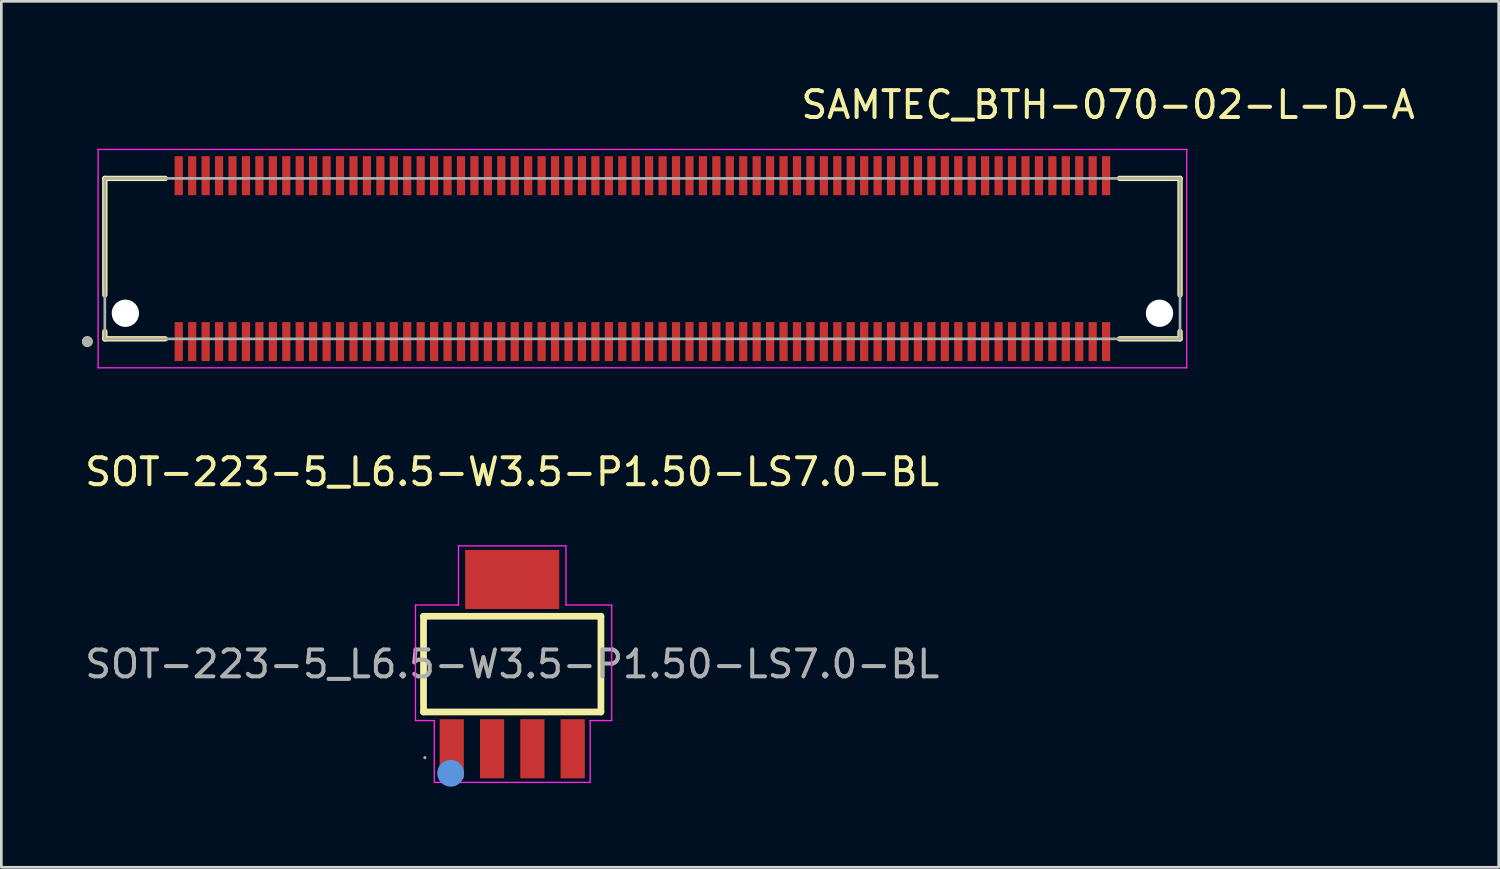
<source format=kicad_pcb>
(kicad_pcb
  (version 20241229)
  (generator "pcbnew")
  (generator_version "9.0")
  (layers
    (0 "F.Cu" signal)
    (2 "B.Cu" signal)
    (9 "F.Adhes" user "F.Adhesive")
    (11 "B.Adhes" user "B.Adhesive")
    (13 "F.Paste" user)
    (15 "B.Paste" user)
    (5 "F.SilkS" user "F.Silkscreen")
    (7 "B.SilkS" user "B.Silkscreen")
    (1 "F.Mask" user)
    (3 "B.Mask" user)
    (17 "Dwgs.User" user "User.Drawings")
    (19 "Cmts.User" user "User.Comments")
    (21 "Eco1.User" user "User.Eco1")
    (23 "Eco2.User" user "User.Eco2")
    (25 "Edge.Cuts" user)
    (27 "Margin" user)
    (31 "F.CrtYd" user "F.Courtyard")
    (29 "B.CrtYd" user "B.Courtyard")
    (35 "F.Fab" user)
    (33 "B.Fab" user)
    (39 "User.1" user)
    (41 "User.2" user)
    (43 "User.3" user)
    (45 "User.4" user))
  (footprint "SAMTEC_BTH-070-02-L-D-A"
    (layer "F.Cu")
    (at 3.6 3.658)
    (property "Reference" "SAMTEC_BTH-070-02-L-D-A" (at 34.575 -2.81 180) (layer "F.SilkS") (effects (font (size 1 1) (thickness 0.15))))
    (attr smd)
    (fp_line (start -2.75 4.264) (end -2.75 -0.071) (stroke (width 0.2) (type solid)) (layer "F.SilkS"))
    (fp_line (start -2.75 5.898) (end -2.75 5.628) (stroke (width 0.2) (type solid)) (layer "F.SilkS"))
    (fp_line (start -2.75 5.898) (end -0.502 5.898) (stroke (width 0.2) (type solid)) (layer "F.SilkS"))
    (fp_line (start -0.502 -0.071) (end -2.75 -0.071) (stroke (width 0.2) (type solid)) (layer "F.SilkS"))
    (fp_line (start 35.002 -0.071) (end 37.25 -0.071) (stroke (width 0.2) (type solid)) (layer "F.SilkS"))
    (fp_line (start 35.002 5.898) (end 37.25 5.898) (stroke (width 0.2) (type solid)) (layer "F.SilkS"))
    (fp_line (start 37.25 -0.071) (end 37.25 4.264) (stroke (width 0.2) (type solid)) (layer "F.SilkS"))
    (fp_line (start 37.25 5.628) (end 37.25 5.898) (stroke (width 0.2) (type solid)) (layer "F.SilkS"))
    (fp_circle (center -3.4 6) (end -3.3 6) (stroke (width 0.2) (type solid)) (fill no) (layer "F.SilkS"))
    (fp_line (start -3 -1.147) (end -3 6.975) (stroke (width 0.05) (type solid)) (layer "F.CrtYd"))
    (fp_line (start -3 6.975) (end 37.5 6.975) (stroke (width 0.05) (type solid)) (layer "F.CrtYd"))
    (fp_line (start 37.5 -1.147) (end -3 -1.147) (stroke (width 0.05) (type solid)) (layer "F.CrtYd"))
    (fp_line (start 37.5 6.975) (end 37.5 -1.147) (stroke (width 0.05) (type solid)) (layer "F.CrtYd"))
    (fp_line (start -2.75 -0.071) (end -2.75 5.898) (stroke (width 0.1) (type solid)) (layer "F.Fab"))
    (fp_line (start -2.75 5.898) (end 37.25 5.898) (stroke (width 0.1) (type solid)) (layer "F.Fab"))
    (fp_line (start 37.25 -0.071) (end -2.75 -0.071) (stroke (width 0.1) (type solid)) (layer "F.Fab"))
    (fp_line (start 37.25 5.898) (end 37.25 -0.071) (stroke (width 0.1) (type solid)) (layer "F.Fab"))
    (fp_circle (center -3.4 6) (end -3.3 6) (stroke (width 0.2) (type solid)) (fill no) (layer "F.Fab"))
    (pad "" np_thru_hole circle (at -1.986 4.946 180) (size 1.016 1.016) (drill 1.016) (layers "*.Cu" "*.Mask"))
    (pad "" np_thru_hole circle (at 36.486 4.946 180) (size 1.016 1.016) (drill 1.016) (layers "*.Cu" "*.Mask"))
    (pad "1" smd rect (at 34.5 -0.172 180) (size 0.305 1.45) (layers "F.Cu" "F.Mask" "F.Paste"))
    (pad "2" smd rect (at 34.5 6 180) (size 0.305 1.45) (layers "F.Cu" "F.Mask" "F.Paste"))
    (pad "3" smd rect (at 34 -0.172 180) (size 0.305 1.45) (layers "F.Cu" "F.Mask" "F.Paste"))
    (pad "4" smd rect (at 34 6 180) (size 0.305 1.45) (layers "F.Cu" "F.Mask" "F.Paste"))
    (pad "5" smd rect (at 33.5 -0.172 180) (size 0.305 1.45) (layers "F.Cu" "F.Mask" "F.Paste"))
    (pad "6" smd rect (at 33.5 6 180) (size 0.305 1.45) (layers "F.Cu" "F.Mask" "F.Paste"))
    (pad "7" smd rect (at 33 -0.172 180) (size 0.305 1.45) (layers "F.Cu" "F.Mask" "F.Paste"))
    (pad "8" smd rect (at 33 6 180) (size 0.305 1.45) (layers "F.Cu" "F.Mask" "F.Paste"))
    (pad "9" smd rect (at 32.5 -0.172 180) (size 0.305 1.45) (layers "F.Cu" "F.Mask" "F.Paste"))
    (pad "10" smd rect (at 32.5 6 180) (size 0.305 1.45) (layers "F.Cu" "F.Mask" "F.Paste"))
    (pad "11" smd rect (at 32 -0.172 180) (size 0.305 1.45) (layers "F.Cu" "F.Mask" "F.Paste"))
    (pad "12" smd rect (at 32 6 180) (size 0.305 1.45) (layers "F.Cu" "F.Mask" "F.Paste"))
    (pad "13" smd rect (at 31.5 -0.172 180) (size 0.305 1.45) (layers "F.Cu" "F.Mask" "F.Paste"))
    (pad "14" smd rect (at 31.5 6 180) (size 0.305 1.45) (layers "F.Cu" "F.Mask" "F.Paste"))
    (pad "15" smd rect (at 31 -0.172 180) (size 0.305 1.45) (layers "F.Cu" "F.Mask" "F.Paste"))
    (pad "16" smd rect (at 31 6 180) (size 0.305 1.45) (layers "F.Cu" "F.Mask" "F.Paste"))
    (pad "17" smd rect (at 30.5 -0.172 180) (size 0.305 1.45) (layers "F.Cu" "F.Mask" "F.Paste"))
    (pad "18" smd rect (at 30.5 6 180) (size 0.305 1.45) (layers "F.Cu" "F.Mask" "F.Paste"))
    (pad "19" smd rect (at 30 -0.172 180) (size 0.305 1.45) (layers "F.Cu" "F.Mask" "F.Paste"))
    (pad "20" smd rect (at 30 6 180) (size 0.305 1.45) (layers "F.Cu" "F.Mask" "F.Paste"))
    (pad "21" smd rect (at 29.5 -0.172 180) (size 0.305 1.45) (layers "F.Cu" "F.Mask" "F.Paste"))
    (pad "22" smd rect (at 29.5 6 180) (size 0.305 1.45) (layers "F.Cu" "F.Mask" "F.Paste"))
    (pad "23" smd rect (at 29 -0.172 180) (size 0.305 1.45) (layers "F.Cu" "F.Mask" "F.Paste"))
    (pad "24" smd rect (at 29 6 180) (size 0.305 1.45) (layers "F.Cu" "F.Mask" "F.Paste"))
    (pad "25" smd rect (at 28.5 -0.172 180) (size 0.305 1.45) (layers "F.Cu" "F.Mask" "F.Paste"))
    (pad "26" smd rect (at 28.5 6 180) (size 0.305 1.45) (layers "F.Cu" "F.Mask" "F.Paste"))
    (pad "27" smd rect (at 28 -0.172 180) (size 0.305 1.45) (layers "F.Cu" "F.Mask" "F.Paste"))
    (pad "28" smd rect (at 28 6 180) (size 0.305 1.45) (layers "F.Cu" "F.Mask" "F.Paste"))
    (pad "29" smd rect (at 27.5 -0.172 180) (size 0.305 1.45) (layers "F.Cu" "F.Mask" "F.Paste"))
    (pad "30" smd rect (at 27.5 6 180) (size 0.305 1.45) (layers "F.Cu" "F.Mask" "F.Paste"))
    (pad "31" smd rect (at 27 -0.172 180) (size 0.305 1.45) (layers "F.Cu" "F.Mask" "F.Paste"))
    (pad "32" smd rect (at 27 6 180) (size 0.305 1.45) (layers "F.Cu" "F.Mask" "F.Paste"))
    (pad "33" smd rect (at 26.5 -0.172 180) (size 0.305 1.45) (layers "F.Cu" "F.Mask" "F.Paste"))
    (pad "34" smd rect (at 26.5 6 180) (size 0.305 1.45) (layers "F.Cu" "F.Mask" "F.Paste"))
    (pad "35" smd rect (at 26 -0.172 180) (size 0.305 1.45) (layers "F.Cu" "F.Mask" "F.Paste"))
    (pad "36" smd rect (at 26 6 180) (size 0.305 1.45) (layers "F.Cu" "F.Mask" "F.Paste"))
    (pad "37" smd rect (at 25.5 -0.172 180) (size 0.305 1.45) (layers "F.Cu" "F.Mask" "F.Paste"))
    (pad "38" smd rect (at 25.5 6 180) (size 0.305 1.45) (layers "F.Cu" "F.Mask" "F.Paste"))
    (pad "39" smd rect (at 25 -0.172 180) (size 0.305 1.45) (layers "F.Cu" "F.Mask" "F.Paste"))
    (pad "40" smd rect (at 25 6 180) (size 0.305 1.45) (layers "F.Cu" "F.Mask" "F.Paste"))
    (pad "41" smd rect (at 24.5 -0.172 180) (size 0.305 1.45) (layers "F.Cu" "F.Mask" "F.Paste"))
    (pad "42" smd rect (at 24.5 6 180) (size 0.305 1.45) (layers "F.Cu" "F.Mask" "F.Paste"))
    (pad "43" smd rect (at 24 -0.172 180) (size 0.305 1.45) (layers "F.Cu" "F.Mask" "F.Paste"))
    (pad "44" smd rect (at 24 6 180) (size 0.305 1.45) (layers "F.Cu" "F.Mask" "F.Paste"))
    (pad "45" smd rect (at 23.5 -0.172 180) (size 0.305 1.45) (layers "F.Cu" "F.Mask" "F.Paste"))
    (pad "46" smd rect (at 23.5 6 180) (size 0.305 1.45) (layers "F.Cu" "F.Mask" "F.Paste"))
    (pad "47" smd rect (at 23 -0.172 180) (size 0.305 1.45) (layers "F.Cu" "F.Mask" "F.Paste"))
    (pad "48" smd rect (at 23 6 180) (size 0.305 1.45) (layers "F.Cu" "F.Mask" "F.Paste"))
    (pad "49" smd rect (at 22.5 -0.172 180) (size 0.305 1.45) (layers "F.Cu" "F.Mask" "F.Paste"))
    (pad "50" smd rect (at 22.5 6 180) (size 0.305 1.45) (layers "F.Cu" "F.Mask" "F.Paste"))
    (pad "51" smd rect (at 22 -0.172 180) (size 0.305 1.45) (layers "F.Cu" "F.Mask" "F.Paste"))
    (pad "52" smd rect (at 22 6 180) (size 0.305 1.45) (layers "F.Cu" "F.Mask" "F.Paste"))
    (pad "53" smd rect (at 21.5 -0.172 180) (size 0.305 1.45) (layers "F.Cu" "F.Mask" "F.Paste"))
    (pad "54" smd rect (at 21.5 6 180) (size 0.305 1.45) (layers "F.Cu" "F.Mask" "F.Paste"))
    (pad "55" smd rect (at 21 -0.172 180) (size 0.305 1.45) (layers "F.Cu" "F.Mask" "F.Paste"))
    (pad "56" smd rect (at 21 6 180) (size 0.305 1.45) (layers "F.Cu" "F.Mask" "F.Paste"))
    (pad "57" smd rect (at 20.5 -0.172 180) (size 0.305 1.45) (layers "F.Cu" "F.Mask" "F.Paste"))
    (pad "58" smd rect (at 20.5 6 180) (size 0.305 1.45) (layers "F.Cu" "F.Mask" "F.Paste"))
    (pad "59" smd rect (at 20 -0.172 180) (size 0.305 1.45) (layers "F.Cu" "F.Mask" "F.Paste"))
    (pad "60" smd rect (at 20 6 180) (size 0.305 1.45) (layers "F.Cu" "F.Mask" "F.Paste"))
    (pad "61" smd rect (at 19.5 -0.172 180) (size 0.305 1.45) (layers "F.Cu" "F.Mask" "F.Paste"))
    (pad "62" smd rect (at 19.5 6 180) (size 0.305 1.45) (layers "F.Cu" "F.Mask" "F.Paste"))
    (pad "63" smd rect (at 19 -0.172 180) (size 0.305 1.45) (layers "F.Cu" "F.Mask" "F.Paste"))
    (pad "64" smd rect (at 19 6 180) (size 0.305 1.45) (layers "F.Cu" "F.Mask" "F.Paste"))
    (pad "65" smd rect (at 18.5 -0.172 180) (size 0.305 1.45) (layers "F.Cu" "F.Mask" "F.Paste"))
    (pad "66" smd rect (at 18.5 6 180) (size 0.305 1.45) (layers "F.Cu" "F.Mask" "F.Paste"))
    (pad "67" smd rect (at 18 -0.172 180) (size 0.305 1.45) (layers "F.Cu" "F.Mask" "F.Paste"))
    (pad "68" smd rect (at 18 6 180) (size 0.305 1.45) (layers "F.Cu" "F.Mask" "F.Paste"))
    (pad "69" smd rect (at 17.5 -0.172 180) (size 0.305 1.45) (layers "F.Cu" "F.Mask" "F.Paste"))
    (pad "70" smd rect (at 17.5 6 180) (size 0.305 1.45) (layers "F.Cu" "F.Mask" "F.Paste"))
    (pad "71" smd rect (at 17 -0.172 180) (size 0.305 1.45) (layers "F.Cu" "F.Mask" "F.Paste"))
    (pad "72" smd rect (at 17 6 180) (size 0.305 1.45) (layers "F.Cu" "F.Mask" "F.Paste"))
    (pad "73" smd rect (at 16.5 -0.172 180) (size 0.305 1.45) (layers "F.Cu" "F.Mask" "F.Paste"))
    (pad "74" smd rect (at 16.5 6 180) (size 0.305 1.45) (layers "F.Cu" "F.Mask" "F.Paste"))
    (pad "75" smd rect (at 16 -0.172 180) (size 0.305 1.45) (layers "F.Cu" "F.Mask" "F.Paste"))
    (pad "76" smd rect (at 16 6 180) (size 0.305 1.45) (layers "F.Cu" "F.Mask" "F.Paste"))
    (pad "77" smd rect (at 15.5 -0.172 180) (size 0.305 1.45) (layers "F.Cu" "F.Mask" "F.Paste"))
    (pad "78" smd rect (at 15.5 6 180) (size 0.305 1.45) (layers "F.Cu" "F.Mask" "F.Paste"))
    (pad "79" smd rect (at 15 -0.172 180) (size 0.305 1.45) (layers "F.Cu" "F.Mask" "F.Paste"))
    (pad "80" smd rect (at 15 6 180) (size 0.305 1.45) (layers "F.Cu" "F.Mask" "F.Paste"))
    (pad "81" smd rect (at 14.5 -0.172 180) (size 0.305 1.45) (layers "F.Cu" "F.Mask" "F.Paste"))
    (pad "82" smd rect (at 14.5 6 180) (size 0.305 1.45) (layers "F.Cu" "F.Mask" "F.Paste"))
    (pad "83" smd rect (at 14 -0.172 180) (size 0.305 1.45) (layers "F.Cu" "F.Mask" "F.Paste"))
    (pad "84" smd rect (at 14 6 180) (size 0.305 1.45) (layers "F.Cu" "F.Mask" "F.Paste"))
    (pad "85" smd rect (at 13.5 -0.172 180) (size 0.305 1.45) (layers "F.Cu" "F.Mask" "F.Paste"))
    (pad "86" smd rect (at 13.5 6 180) (size 0.305 1.45) (layers "F.Cu" "F.Mask" "F.Paste"))
    (pad "87" smd rect (at 13 -0.172 180) (size 0.305 1.45) (layers "F.Cu" "F.Mask" "F.Paste"))
    (pad "88" smd rect (at 13 6 180) (size 0.305 1.45) (layers "F.Cu" "F.Mask" "F.Paste"))
    (pad "89" smd rect (at 12.5 -0.172 180) (size 0.305 1.45) (layers "F.Cu" "F.Mask" "F.Paste"))
    (pad "90" smd rect (at 12.5 6 180) (size 0.305 1.45) (layers "F.Cu" "F.Mask" "F.Paste"))
    (pad "91" smd rect (at 12 -0.172 180) (size 0.305 1.45) (layers "F.Cu" "F.Mask" "F.Paste"))
    (pad "92" smd rect (at 12 6 180) (size 0.305 1.45) (layers "F.Cu" "F.Mask" "F.Paste"))
    (pad "93" smd rect (at 11.5 -0.172 180) (size 0.305 1.45) (layers "F.Cu" "F.Mask" "F.Paste"))
    (pad "94" smd rect (at 11.5 6 180) (size 0.305 1.45) (layers "F.Cu" "F.Mask" "F.Paste"))
    (pad "95" smd rect (at 11 -0.172 180) (size 0.305 1.45) (layers "F.Cu" "F.Mask" "F.Paste"))
    (pad "96" smd rect (at 11 6 180) (size 0.305 1.45) (layers "F.Cu" "F.Mask" "F.Paste"))
    (pad "97" smd rect (at 10.5 -0.172 180) (size 0.305 1.45) (layers "F.Cu" "F.Mask" "F.Paste"))
    (pad "98" smd rect (at 10.5 6 180) (size 0.305 1.45) (layers "F.Cu" "F.Mask" "F.Paste"))
    (pad "99" smd rect (at 10 -0.172 180) (size 0.305 1.45) (layers "F.Cu" "F.Mask" "F.Paste"))
    (pad "100" smd rect (at 10 6 180) (size 0.305 1.45) (layers "F.Cu" "F.Mask" "F.Paste"))
    (pad "101" smd rect (at 9.5 -0.172 180) (size 0.305 1.45) (layers "F.Cu" "F.Mask" "F.Paste"))
    (pad "102" smd rect (at 9.5 6 180) (size 0.305 1.45) (layers "F.Cu" "F.Mask" "F.Paste"))
    (pad "103" smd rect (at 9 -0.172 180) (size 0.305 1.45) (layers "F.Cu" "F.Mask" "F.Paste"))
    (pad "104" smd rect (at 9 6 180) (size 0.305 1.45) (layers "F.Cu" "F.Mask" "F.Paste"))
    (pad "105" smd rect (at 8.5 -0.172 180) (size 0.305 1.45) (layers "F.Cu" "F.Mask" "F.Paste"))
    (pad "106" smd rect (at 8.5 6 180) (size 0.305 1.45) (layers "F.Cu" "F.Mask" "F.Paste"))
    (pad "107" smd rect (at 8 -0.172 180) (size 0.305 1.45) (layers "F.Cu" "F.Mask" "F.Paste"))
    (pad "108" smd rect (at 8 6 180) (size 0.305 1.45) (layers "F.Cu" "F.Mask" "F.Paste"))
    (pad "109" smd rect (at 7.5 -0.172 180) (size 0.305 1.45) (layers "F.Cu" "F.Mask" "F.Paste"))
    (pad "110" smd rect (at 7.5 6 180) (size 0.305 1.45) (layers "F.Cu" "F.Mask" "F.Paste"))
    (pad "111" smd rect (at 7 -0.172 180) (size 0.305 1.45) (layers "F.Cu" "F.Mask" "F.Paste"))
    (pad "112" smd rect (at 7 6 180) (size 0.305 1.45) (layers "F.Cu" "F.Mask" "F.Paste"))
    (pad "113" smd rect (at 6.5 -0.172 180) (size 0.305 1.45) (layers "F.Cu" "F.Mask" "F.Paste"))
    (pad "114" smd rect (at 6.5 6 180) (size 0.305 1.45) (layers "F.Cu" "F.Mask" "F.Paste"))
    (pad "115" smd rect (at 6 -0.172 180) (size 0.305 1.45) (layers "F.Cu" "F.Mask" "F.Paste"))
    (pad "116" smd rect (at 6 6 180) (size 0.305 1.45) (layers "F.Cu" "F.Mask" "F.Paste"))
    (pad "117" smd rect (at 5.5 -0.172 180) (size 0.305 1.45) (layers "F.Cu" "F.Mask" "F.Paste"))
    (pad "118" smd rect (at 5.5 6 180) (size 0.305 1.45) (layers "F.Cu" "F.Mask" "F.Paste"))
    (pad "119" smd rect (at 5 -0.172 180) (size 0.305 1.45) (layers "F.Cu" "F.Mask" "F.Paste"))
    (pad "120" smd rect (at 5 6 180) (size 0.305 1.45) (layers "F.Cu" "F.Mask" "F.Paste"))
    (pad "121" smd rect (at 4.5 -0.172 180) (size 0.305 1.45) (layers "F.Cu" "F.Mask" "F.Paste"))
    (pad "122" smd rect (at 4.5 6 180) (size 0.305 1.45) (layers "F.Cu" "F.Mask" "F.Paste"))
    (pad "123" smd rect (at 4 -0.172 180) (size 0.305 1.45) (layers "F.Cu" "F.Mask" "F.Paste"))
    (pad "124" smd rect (at 4 6 180) (size 0.305 1.45) (layers "F.Cu" "F.Mask" "F.Paste"))
    (pad "125" smd rect (at 3.5 -0.172 180) (size 0.305 1.45) (layers "F.Cu" "F.Mask" "F.Paste"))
    (pad "126" smd rect (at 3.5 6 180) (size 0.305 1.45) (layers "F.Cu" "F.Mask" "F.Paste"))
    (pad "127" smd rect (at 3 -0.172 180) (size 0.305 1.45) (layers "F.Cu" "F.Mask" "F.Paste"))
    (pad "128" smd rect (at 3 6 180) (size 0.305 1.45) (layers "F.Cu" "F.Mask" "F.Paste"))
    (pad "129" smd rect (at 2.5 -0.172 180) (size 0.305 1.45) (layers "F.Cu" "F.Mask" "F.Paste"))
    (pad "130" smd rect (at 2.5 6 180) (size 0.305 1.45) (layers "F.Cu" "F.Mask" "F.Paste"))
    (pad "131" smd rect (at 2 -0.172 180) (size 0.305 1.45) (layers "F.Cu" "F.Mask" "F.Paste"))
    (pad "132" smd rect (at 2 6 180) (size 0.305 1.45) (layers "F.Cu" "F.Mask" "F.Paste"))
    (pad "133" smd rect (at 1.5 -0.172 180) (size 0.305 1.45) (layers "F.Cu" "F.Mask" "F.Paste"))
    (pad "134" smd rect (at 1.5 6 180) (size 0.305 1.45) (layers "F.Cu" "F.Mask" "F.Paste"))
    (pad "135" smd rect (at 1 -0.172 180) (size 0.305 1.45) (layers "F.Cu" "F.Mask" "F.Paste"))
    (pad "136" smd rect (at 1 6 180) (size 0.305 1.45) (layers "F.Cu" "F.Mask" "F.Paste"))
    (pad "137" smd rect (at 0.5 -0.172 180) (size 0.305 1.45) (layers "F.Cu" "F.Mask" "F.Paste"))
    (pad "138" smd rect (at 0.5 6 180) (size 0.305 1.45) (layers "F.Cu" "F.Mask" "F.Paste"))
    (pad "139" smd rect (at 0 -0.172 180) (size 0.305 1.45) (layers "F.Cu" "F.Mask" "F.Paste"))
    (pad "140" smd rect (at 0 6 180) (size 0.305 1.45) (layers "F.Cu" "F.Mask" "F.Paste")))
  (footprint "SOT-223-5_L6.5-W3.5-P1.50-LS7.0-BL"
    (layer "F.Cu")
    (at 16.006 21.657)
    (property "Reference" "SOT-223-5_L6.5-W3.5-P1.50-LS7.0-BL" (at 0 -7.15 0) (layer "F.SilkS") (effects (font (size 1 1) (thickness 0.15))))
    (attr smd)
    (fp_line (start -3.3 -1.78) (end 3.3 -1.78) (stroke (width 0.25) (type solid)) (layer "F.SilkS"))
    (fp_line (start -3.3 1.78) (end -3.3 -1.78) (stroke (width 0.25) (type solid)) (layer "F.SilkS"))
    (fp_line (start 3.3 -1.78) (end 3.3 1.78) (stroke (width 0.25) (type solid)) (layer "F.SilkS"))
    (fp_line (start 3.3 1.78) (end -3.3 1.78) (stroke (width 0.25) (type solid)) (layer "F.SilkS"))
    (fp_circle (center -2.29 4.06) (end -2.04 4.06) (stroke (width 0.5) (type solid)) (fill no) (layer "Cmts.User"))
    (fp_line (start -3.6 -2.2) (end -2 -2.2) (stroke (width 0.05) (type default)) (layer "F.CrtYd"))
    (fp_line (start -3.6 2.1) (end -3.6 -2.2) (stroke (width 0.05) (type default)) (layer "F.CrtYd"))
    (fp_line (start -2.9 2.1) (end -3.6 2.1) (stroke (width 0.05) (type default)) (layer "F.CrtYd"))
    (fp_line (start -2.9 4.4) (end -2.9 2.1) (stroke (width 0.05) (type default)) (layer "F.CrtYd"))
    (fp_line (start -2 -4.4) (end 2 -4.4) (stroke (width 0.05) (type default)) (layer "F.CrtYd"))
    (fp_line (start -2 -2.2) (end -2 -4.4) (stroke (width 0.05) (type default)) (layer "F.CrtYd"))
    (fp_line (start 2 -4.4) (end 2 -2.2) (stroke (width 0.05) (type default)) (layer "F.CrtYd"))
    (fp_line (start 2 -2.2) (end 3.7 -2.2) (stroke (width 0.05) (type default)) (layer "F.CrtYd"))
    (fp_line (start 2.9 2.1) (end 2.9 4.4) (stroke (width 0.05) (type default)) (layer "F.CrtYd"))
    (fp_line (start 2.9 4.4) (end -2.9 4.4) (stroke (width 0.05) (type default)) (layer "F.CrtYd"))
    (fp_line (start 3.7 -2.2) (end 3.7 2.1) (stroke (width 0.05) (type default)) (layer "F.CrtYd"))
    (fp_line (start 3.7 2.1) (end 2.9 2.1) (stroke (width 0.05) (type default)) (layer "F.CrtYd"))
    (fp_circle (center -3.25 3.48) (end -3.22 3.48) (stroke (width 0.06) (type solid)) (fill no) (layer "F.Fab"))
    (fp_text user "${REFERENCE}" (at 0 0 0) (layer "F.Fab") (effects (font (size 1 1) (thickness 0.15))))
    (pad "1" smd rect (at -2.25 3.15 180) (size 0.9 2.2) (layers "F.Cu" "F.Mask" "F.Paste"))
    (pad "2" smd rect (at -0.75 3.15 180) (size 0.9 2.2) (layers "F.Cu" "F.Mask" "F.Paste"))
    (pad "3" smd rect (at 0.75 3.15 180) (size 0.9 2.2) (layers "F.Cu" "F.Mask" "F.Paste"))
    (pad "4" smd rect (at 2.25 3.15 180) (size 0.9 2.2) (layers "F.Cu" "F.Mask" "F.Paste"))
    (pad "5" smd rect (at 0 -3.15 180) (size 3.5 2.2) (layers "F.Cu" "F.Mask" "F.Paste")))
  (gr_rect
    (start -3 -3)
    (end 52.705 29.216)
    (stroke (width 0.1) (type default))
    (fill no)
    (layer "Edge.Cuts")))
</source>
